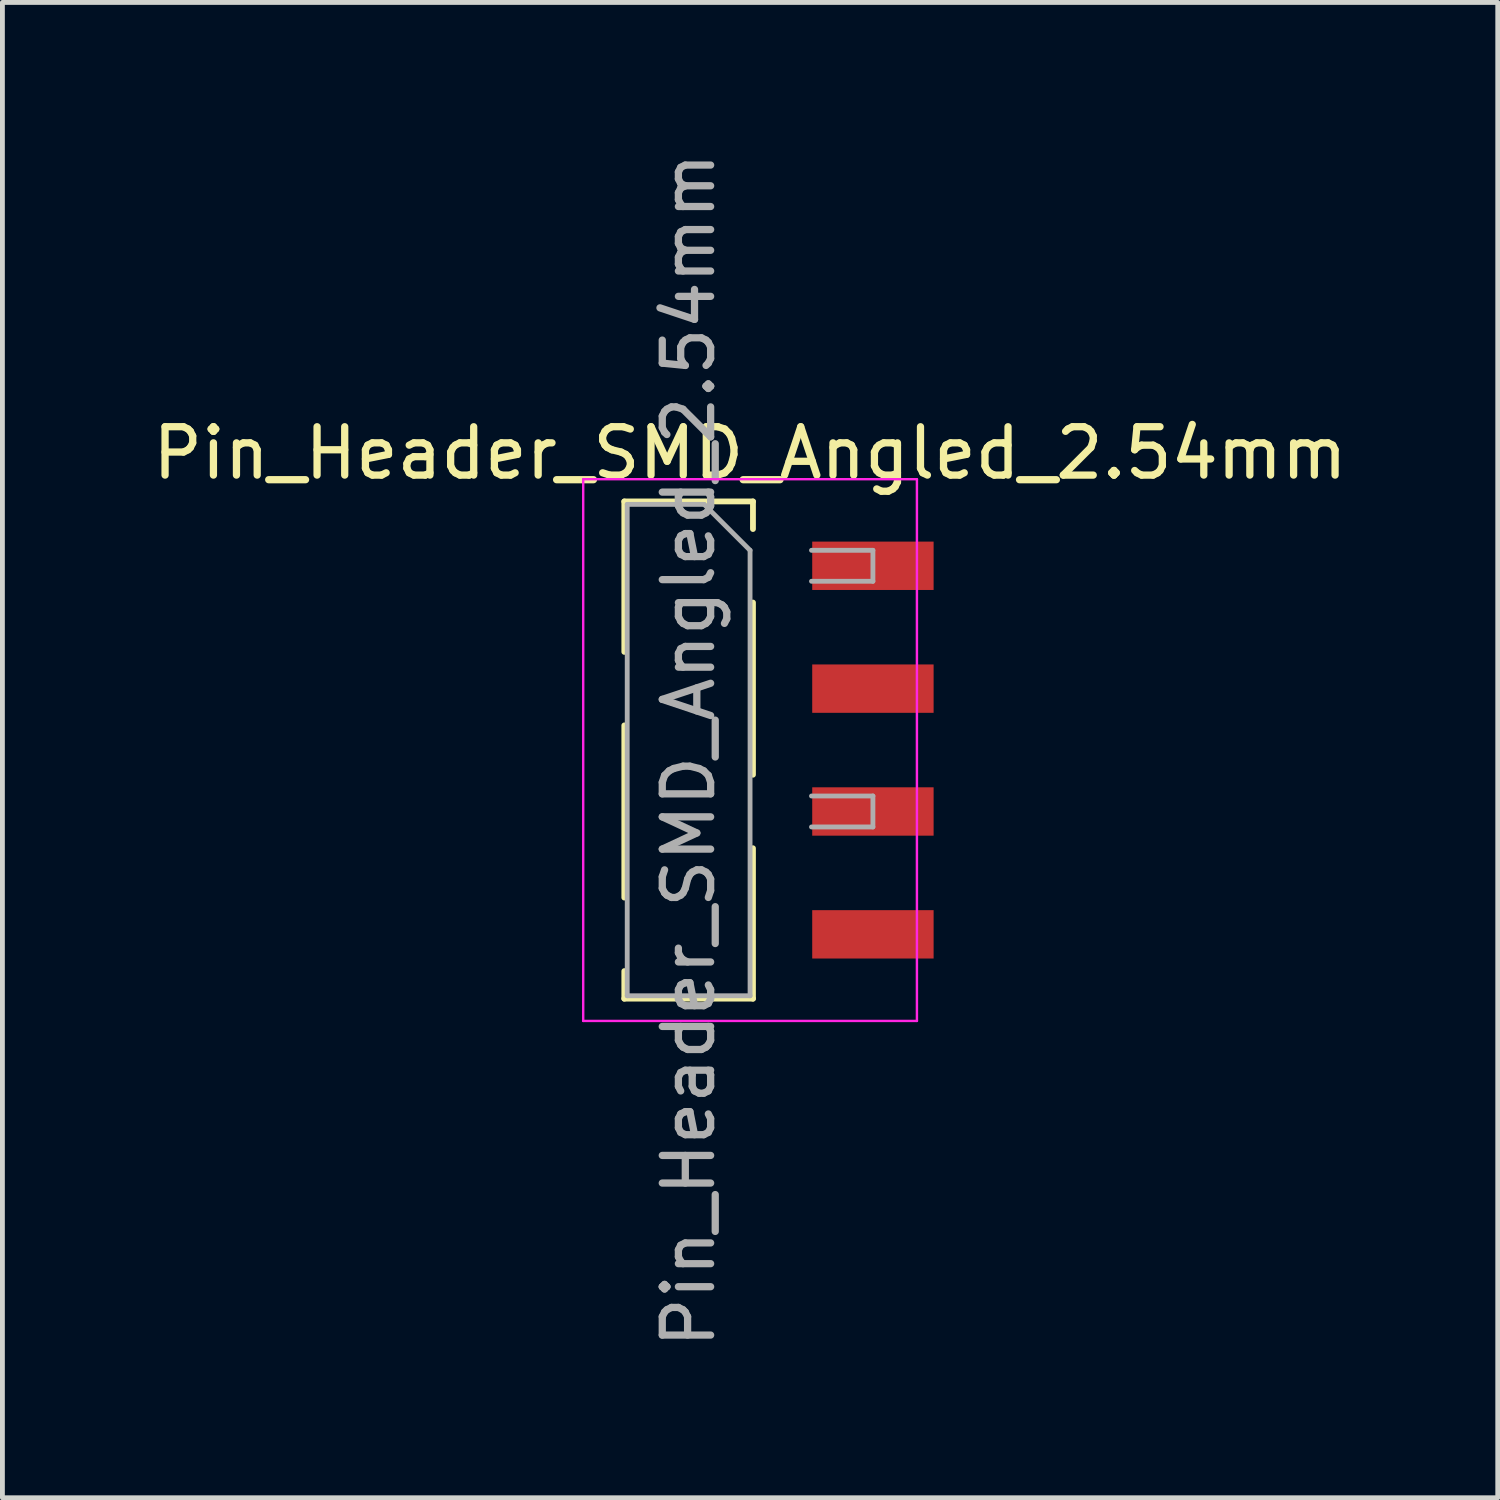
<source format=kicad_pcb>
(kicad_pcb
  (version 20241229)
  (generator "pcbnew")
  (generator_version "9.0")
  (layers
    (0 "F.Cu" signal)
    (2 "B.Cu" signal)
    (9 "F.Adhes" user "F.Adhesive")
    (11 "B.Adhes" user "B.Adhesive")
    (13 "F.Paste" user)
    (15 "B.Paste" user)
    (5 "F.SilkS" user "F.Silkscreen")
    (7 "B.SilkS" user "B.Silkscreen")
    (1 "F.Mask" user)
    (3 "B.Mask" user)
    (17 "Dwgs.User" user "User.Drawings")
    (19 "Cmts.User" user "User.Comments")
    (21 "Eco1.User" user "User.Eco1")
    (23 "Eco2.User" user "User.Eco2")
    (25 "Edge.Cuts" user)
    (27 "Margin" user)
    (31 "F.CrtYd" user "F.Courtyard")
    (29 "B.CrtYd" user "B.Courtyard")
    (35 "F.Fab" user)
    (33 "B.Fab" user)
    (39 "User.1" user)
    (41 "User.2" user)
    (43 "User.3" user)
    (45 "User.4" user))
  (footprint "Pin_Header_SMD_Angled_2.54mm"
    (layer "F.Cu")
    (at 12.458 12.458)
    (property "Reference" "Pin_Header_SMD_Angled_2.54mm" (at 0 -6.14 0) (layer "F.SilkS") (effects (font (size 1 1) (thickness 0.15))))
    (attr smd)
    (fp_line (start -2.6 -5.14) (end -2.6 -2.03) (stroke (width 0.12) (type solid)) (layer "F.SilkS"))
    (fp_line (start -2.6 -5.14) (end 0.06 -5.14) (stroke (width 0.12) (type solid)) (layer "F.SilkS"))
    (fp_line (start -2.6 -0.51) (end -2.6 3.05) (stroke (width 0.12) (type solid)) (layer "F.SilkS"))
    (fp_line (start -2.6 4.57) (end -2.6 5.14) (stroke (width 0.12) (type solid)) (layer "F.SilkS"))
    (fp_line (start -2.6 5.14) (end 0.06 5.14) (stroke (width 0.12) (type solid)) (layer "F.SilkS"))
    (fp_line (start 0.06 -5.14) (end 0.06 -4.57) (stroke (width 0.12) (type solid)) (layer "F.SilkS"))
    (fp_line (start 0.06 -3.05) (end 0.06 0.51) (stroke (width 0.12) (type solid)) (layer "F.SilkS"))
    (fp_line (start 0.06 2.03) (end 0.06 5.14) (stroke (width 0.12) (type solid)) (layer "F.SilkS"))
    (fp_line (start -3.45 -5.6) (end -3.45 5.6) (stroke (width 0.05) (type solid)) (layer "F.CrtYd"))
    (fp_line (start -3.45 5.6) (end 3.45 5.6) (stroke (width 0.05) (type solid)) (layer "F.CrtYd"))
    (fp_line (start 3.45 -5.6) (end -3.45 -5.6) (stroke (width 0.05) (type solid)) (layer "F.CrtYd"))
    (fp_line (start 3.45 5.6) (end 3.45 -5.6) (stroke (width 0.05) (type solid)) (layer "F.CrtYd"))
    (fp_line (start -2.54 -5.08) (end -2.54 5.08) (stroke (width 0.1) (type solid)) (layer "F.Fab"))
    (fp_line (start -2.54 -5.08) (end -0.95 -5.08) (stroke (width 0.1) (type solid)) (layer "F.Fab"))
    (fp_line (start 0 -4.13) (end -0.95 -5.08) (stroke (width 0.1) (type solid)) (layer "F.Fab"))
    (fp_line (start 0 5.08) (end -2.54 5.08) (stroke (width 0.1) (type solid)) (layer "F.Fab"))
    (fp_line (start 0 5.08) (end 0 -4.13) (stroke (width 0.1) (type solid)) (layer "F.Fab"))
    (fp_line (start 1.27 -4.13) (end 2.54 -4.13) (stroke (width 0.1) (type solid)) (layer "F.Fab"))
    (fp_line (start 1.27 0.95) (end 2.54 0.95) (stroke (width 0.1) (type solid)) (layer "F.Fab"))
    (fp_line (start 2.54 -4.13) (end 2.54 -3.49) (stroke (width 0.1) (type solid)) (layer "F.Fab"))
    (fp_line (start 2.54 -3.49) (end 1.27 -3.49) (stroke (width 0.1) (type solid)) (layer "F.Fab"))
    (fp_line (start 2.54 0.95) (end 2.54 1.59) (stroke (width 0.1) (type solid)) (layer "F.Fab"))
    (fp_line (start 2.54 1.59) (end 1.27 1.59) (stroke (width 0.1) (type solid)) (layer "F.Fab"))
    (fp_text user "${REFERENCE}" (at -1.27 0 90) (layer "F.Fab") (effects (font (size 1 1) (thickness 0.15))))
    (pad "1" smd rect (at 2.54 -3.81) (size 2.51 1) (layers "F.Cu" "F.Mask" "F.Paste"))
    (pad "2" smd rect (at 2.54 -1.27) (size 2.51 1) (layers "F.Cu" "F.Mask" "F.Paste"))
    (pad "3" smd rect (at 2.54 1.27) (size 2.51 1) (layers "F.Cu" "F.Mask" "F.Paste"))
    (pad "4" smd rect (at 2.54 3.81) (size 2.51 1) (layers "F.Cu" "F.Mask" "F.Paste")))
  (gr_rect
    (start -3 -3)
    (end 27.917 27.917)
    (stroke (width 0.1) (type default))
    (fill no)
    (layer "Edge.Cuts")))
</source>
